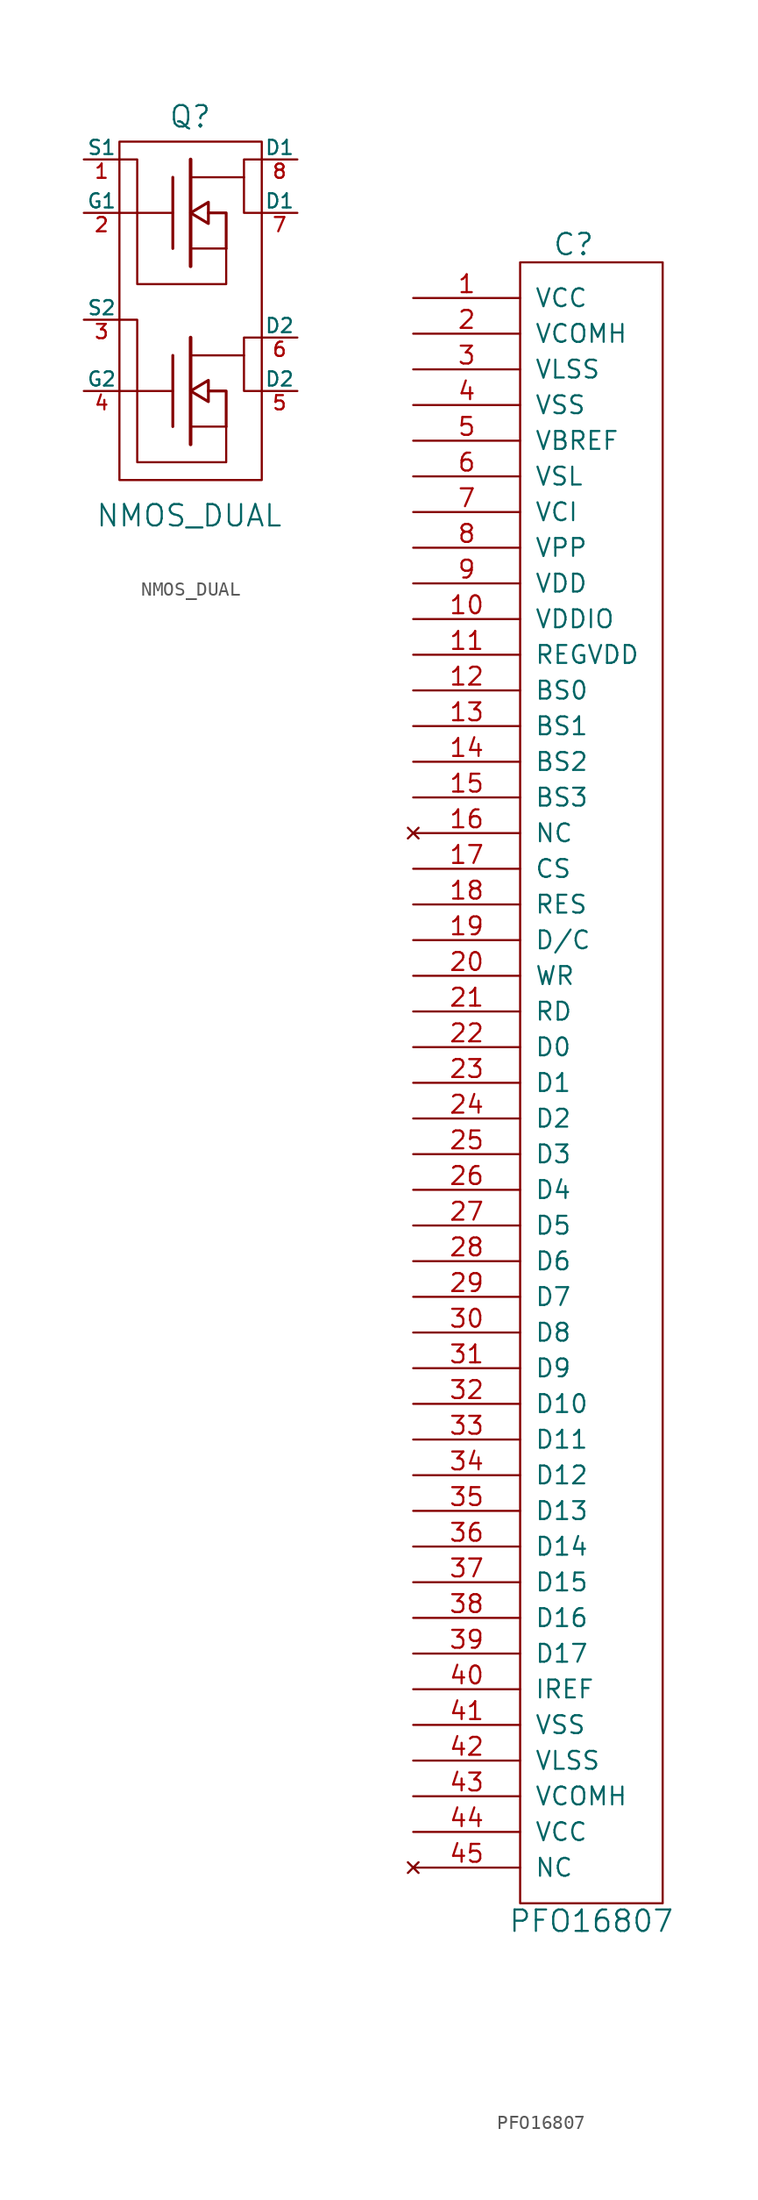
<source format=kicad_sym>
(kicad_symbol_lib
  (version 20220914)
  (generator kicad_symbol_editor)
  (symbol "NMOS_DUAL"
    (pin_names
      (offset 0))
    (property "Reference" "Q"
      (at 1.524 13.208 0)
      (effects (font (size 1.524 1.524)) (justify right)))
    (property "Value" "NMOS_DUAL"
      (at 6.604 -15.24 0)
      (effects (font (size 1.524 1.524)) (justify right)))
    (property "Footprint" ""
      (at 0 0 0)
      (effects (font (size 1.524 1.524))))
    (property "Datasheet" ""
      (at 0 0 0)
      (effects (font (size 1.524 1.524))))
    (symbol "NMOS_DUAL_0_1"
      (rectangle (start -5.08 11.43) (end 5.08 -12.7) (stroke (width 0) (type solid)) (fill (type none)))
      (polyline (pts (xy -5.08 -6.35) (xy -3.81 -6.35)) (stroke (width 0) (type solid)) (fill (type none)))
      (polyline (pts (xy -5.08 6.35) (xy -3.81 6.35)) (stroke (width 0) (type solid)) (fill (type none)))
      (polyline (pts (xy -3.81 -6.35) (xy -1.27 -6.35)) (stroke (width 0) (type solid)) (fill (type none)))
      (polyline (pts (xy -3.81 6.35) (xy -1.27 6.35)) (stroke (width 0) (type solid)) (fill (type none)))
      (polyline (pts (xy -1.27 -8.89) (xy -1.27 -3.81)) (stroke (width 0.203) (type solid)) (fill (type none)))
      (polyline (pts (xy -1.27 3.81) (xy -1.27 8.89)) (stroke (width 0.203) (type solid)) (fill (type none)))
      (polyline (pts (xy 0 -10.16) (xy 0 -2.54)) (stroke (width 0.254) (type solid)) (fill (type none)))
      (polyline (pts (xy 0 -3.81) (xy 3.81 -3.81)) (stroke (width 0) (type solid)) (fill (type none)))
      (polyline (pts (xy 0 2.54) (xy 0 10.16)) (stroke (width 0.254) (type solid)) (fill (type none)))
      (polyline (pts (xy 0 8.89) (xy 3.81 8.89)) (stroke (width 0) (type solid)) (fill (type none)))
      (polyline (pts (xy 2.54 -8.89) (xy 0 -8.89)) (stroke (width 0) (type solid)) (fill (type none)))
      (polyline (pts (xy 2.54 3.81) (xy 0 3.81)) (stroke (width 0) (type solid)) (fill (type none)))
      (polyline (pts (xy 2.54 -8.89) (xy 2.54 -6.35) (xy 1.27 -6.35)) (stroke (width 0.203) (type solid)) (fill (type none)))
      (polyline (pts (xy 2.54 3.81) (xy 2.54 6.35) (xy 1.27 6.35)) (stroke (width 0.203) (type solid)) (fill (type none)))
      (polyline (pts (xy 5.08 -2.54) (xy 3.81 -2.54) (xy 3.81 -6.35) (xy 5.08 -6.35)) (stroke (width 0) (type solid)) (fill (type none)))
      (polyline (pts (xy 5.08 10.16) (xy 3.81 10.16) (xy 3.81 6.35) (xy 5.08 6.35)) (stroke (width 0) (type solid)) (fill (type none)))
      (polyline (pts (xy -5.08 -1.27) (xy -3.81 -1.27) (xy -3.81 -11.43) (xy 2.54 -11.43) (xy 2.54 -8.89)) (stroke (width 0) (type solid)) (fill (type none)))
      (polyline (pts (xy -5.08 10.16) (xy -3.81 10.16) (xy -3.81 1.27) (xy 2.54 1.27) (xy 2.54 3.81)) (stroke (width 0) (type solid)) (fill (type none)))
      (polyline (pts (xy 1.27 -5.588) (xy 1.27 -7.112) (xy 0 -6.35) (xy 1.27 -5.588) (xy 1.27 -5.588)) (stroke (width 0.203) (type solid)) (fill (type none)))
      (polyline (pts (xy 1.27 7.112) (xy 1.27 5.588) (xy 0 6.35) (xy 1.27 7.112) (xy 1.27 7.112)) (stroke (width 0.203) (type solid)) (fill (type none))))
    (symbol "NMOS_DUAL_1_1"
      (pin passive line (at -7.62 10.16 0) (length 2.54) (name "S1" (effects (font (size 1.016 1.016)))) (number "1" (effects (font (size 1.016 1.016)))))
      (pin input line (at -7.62 6.35 0) (length 2.54) (name "G1" (effects (font (size 1.016 1.016)))) (number "2" (effects (font (size 1.016 1.016)))))
      (pin passive line (at -7.62 -1.27 0) (length 2.54) (name "S2" (effects (font (size 1.016 1.016)))) (number "3" (effects (font (size 1.016 1.016)))))
      (pin input line (at -7.62 -6.35 0) (length 2.54) (name "G2" (effects (font (size 1.016 1.016)))) (number "4" (effects (font (size 1.016 1.016)))))
      (pin passive line (at 7.62 -6.35 180) (length 2.54) (name "D2" (effects (font (size 1.016 1.016)))) (number "5" (effects (font (size 1.016 1.016)))))
      (pin passive line (at 7.62 -2.54 180) (length 2.54) (name "D2" (effects (font (size 1.016 1.016)))) (number "6" (effects (font (size 1.016 1.016)))))
      (pin passive line (at 7.62 6.35 180) (length 2.54) (name "D1" (effects (font (size 1.016 1.016)))) (number "7" (effects (font (size 1.016 1.016)))))
      (pin passive line (at 7.62 10.16 180) (length 2.54) (name "D1" (effects (font (size 1.016 1.016)))) (number "8" (effects (font (size 1.016 1.016)))))))
  (symbol "PFO16807"
    (pin_names
      (offset 1.016))
    (property "Reference" "C"
      (at -1.27 58.42 0)
      (effects (font (size 1.524 1.524))))
    (property "Value" "PFO16807"
      (at 0 -60.96 0)
      (effects (font (size 1.524 1.524))))
    (property "Footprint" ""
      (at 0 0 0)
      (effects (font (size 1.524 1.524))))
    (property "Datasheet" ""
      (at 0 0 0)
      (effects (font (size 1.524 1.524))))
    (symbol "PFO16807_0_1"
      (rectangle (start -5.08 57.15) (end 5.08 -59.69) (stroke (width 0) (type solid)) (fill (type none))))
    (symbol "PFO16807_1_1"
      (pin input line (at -12.7 54.61 0) (length 7.62) (name "VCC" (effects (font (size 1.27 1.27)))) (number "1" (effects (font (size 1.27 1.27)))))
      (pin input line (at -12.7 31.75 0) (length 7.62) (name "VDDIO" (effects (font (size 1.27 1.27)))) (number "10" (effects (font (size 1.27 1.27)))))
      (pin input line (at -12.7 29.21 0) (length 7.62) (name "REGVDD" (effects (font (size 1.27 1.27)))) (number "11" (effects (font (size 1.27 1.27)))))
      (pin input line (at -12.7 26.67 0) (length 7.62) (name "BS0" (effects (font (size 1.27 1.27)))) (number "12" (effects (font (size 1.27 1.27)))))
      (pin input line (at -12.7 24.13 0) (length 7.62) (name "BS1" (effects (font (size 1.27 1.27)))) (number "13" (effects (font (size 1.27 1.27)))))
      (pin input line (at -12.7 21.59 0) (length 7.62) (name "BS2" (effects (font (size 1.27 1.27)))) (number "14" (effects (font (size 1.27 1.27)))))
      (pin input line (at -12.7 19.05 0) (length 7.62) (name "BS3" (effects (font (size 1.27 1.27)))) (number "15" (effects (font (size 1.27 1.27)))))
      (pin no_connect line (at -12.7 16.51 0) (length 7.62) (name "NC" (effects (font (size 1.27 1.27)))) (number "16" (effects (font (size 1.27 1.27)))))
      (pin input line (at -12.7 13.97 0) (length 7.62) (name "CS" (effects (font (size 1.27 1.27)))) (number "17" (effects (font (size 1.27 1.27)))))
      (pin input line (at -12.7 11.43 0) (length 7.62) (name "RES" (effects (font (size 1.27 1.27)))) (number "18" (effects (font (size 1.27 1.27)))))
      (pin input line (at -12.7 8.89 0) (length 7.62) (name "D/C" (effects (font (size 1.27 1.27)))) (number "19" (effects (font (size 1.27 1.27)))))
      (pin input line (at -12.7 52.07 0) (length 7.62) (name "VCOMH" (effects (font (size 1.27 1.27)))) (number "2" (effects (font (size 1.27 1.27)))))
      (pin input line (at -12.7 6.35 0) (length 7.62) (name "WR" (effects (font (size 1.27 1.27)))) (number "20" (effects (font (size 1.27 1.27)))))
      (pin input line (at -12.7 3.81 0) (length 7.62) (name "RD" (effects (font (size 1.27 1.27)))) (number "21" (effects (font (size 1.27 1.27)))))
      (pin input line (at -12.7 1.27 0) (length 7.62) (name "D0" (effects (font (size 1.27 1.27)))) (number "22" (effects (font (size 1.27 1.27)))))
      (pin input line (at -12.7 -1.27 0) (length 7.62) (name "D1" (effects (font (size 1.27 1.27)))) (number "23" (effects (font (size 1.27 1.27)))))
      (pin input line (at -12.7 -3.81 0) (length 7.62) (name "D2" (effects (font (size 1.27 1.27)))) (number "24" (effects (font (size 1.27 1.27)))))
      (pin input line (at -12.7 -6.35 0) (length 7.62) (name "D3" (effects (font (size 1.27 1.27)))) (number "25" (effects (font (size 1.27 1.27)))))
      (pin input line (at -12.7 -8.89 0) (length 7.62) (name "D4" (effects (font (size 1.27 1.27)))) (number "26" (effects (font (size 1.27 1.27)))))
      (pin input line (at -12.7 -11.43 0) (length 7.62) (name "D5" (effects (font (size 1.27 1.27)))) (number "27" (effects (font (size 1.27 1.27)))))
      (pin input line (at -12.7 -13.97 0) (length 7.62) (name "D6" (effects (font (size 1.27 1.27)))) (number "28" (effects (font (size 1.27 1.27)))))
      (pin input line (at -12.7 -16.51 0) (length 7.62) (name "D7" (effects (font (size 1.27 1.27)))) (number "29" (effects (font (size 1.27 1.27)))))
      (pin input line (at -12.7 49.53 0) (length 7.62) (name "VLSS" (effects (font (size 1.27 1.27)))) (number "3" (effects (font (size 1.27 1.27)))))
      (pin input line (at -12.7 -19.05 0) (length 7.62) (name "D8" (effects (font (size 1.27 1.27)))) (number "30" (effects (font (size 1.27 1.27)))))
      (pin input line (at -12.7 -21.59 0) (length 7.62) (name "D9" (effects (font (size 1.27 1.27)))) (number "31" (effects (font (size 1.27 1.27)))))
      (pin input line (at -12.7 -24.13 0) (length 7.62) (name "D10" (effects (font (size 1.27 1.27)))) (number "32" (effects (font (size 1.27 1.27)))))
      (pin input line (at -12.7 -26.67 0) (length 7.62) (name "D11" (effects (font (size 1.27 1.27)))) (number "33" (effects (font (size 1.27 1.27)))))
      (pin input line (at -12.7 -29.21 0) (length 7.62) (name "D12" (effects (font (size 1.27 1.27)))) (number "34" (effects (font (size 1.27 1.27)))))
      (pin input line (at -12.7 -31.75 0) (length 7.62) (name "D13" (effects (font (size 1.27 1.27)))) (number "35" (effects (font (size 1.27 1.27)))))
      (pin input line (at -12.7 -34.29 0) (length 7.62) (name "D14" (effects (font (size 1.27 1.27)))) (number "36" (effects (font (size 1.27 1.27)))))
      (pin input line (at -12.7 -36.83 0) (length 7.62) (name "D15" (effects (font (size 1.27 1.27)))) (number "37" (effects (font (size 1.27 1.27)))))
      (pin input line (at -12.7 -39.37 0) (length 7.62) (name "D16" (effects (font (size 1.27 1.27)))) (number "38" (effects (font (size 1.27 1.27)))))
      (pin input line (at -12.7 -41.91 0) (length 7.62) (name "D17" (effects (font (size 1.27 1.27)))) (number "39" (effects (font (size 1.27 1.27)))))
      (pin input line (at -12.7 46.99 0) (length 7.62) (name "VSS" (effects (font (size 1.27 1.27)))) (number "4" (effects (font (size 1.27 1.27)))))
      (pin input line (at -12.7 -44.45 0) (length 7.62) (name "IREF" (effects (font (size 1.27 1.27)))) (number "40" (effects (font (size 1.27 1.27)))))
      (pin input line (at -12.7 -46.99 0) (length 7.62) (name "VSS" (effects (font (size 1.27 1.27)))) (number "41" (effects (font (size 1.27 1.27)))))
      (pin input line (at -12.7 -49.53 0) (length 7.62) (name "VLSS" (effects (font (size 1.27 1.27)))) (number "42" (effects (font (size 1.27 1.27)))))
      (pin input line (at -12.7 -52.07 0) (length 7.62) (name "VCOMH" (effects (font (size 1.27 1.27)))) (number "43" (effects (font (size 1.27 1.27)))))
      (pin input line (at -12.7 -54.61 0) (length 7.62) (name "VCC" (effects (font (size 1.27 1.27)))) (number "44" (effects (font (size 1.27 1.27)))))
      (pin no_connect line (at -12.7 -57.15 0) (length 7.62) (name "NC" (effects (font (size 1.27 1.27)))) (number "45" (effects (font (size 1.27 1.27)))))
      (pin input line (at -12.7 44.45 0) (length 7.62) (name "VBREF" (effects (font (size 1.27 1.27)))) (number "5" (effects (font (size 1.27 1.27)))))
      (pin input line (at -12.7 41.91 0) (length 7.62) (name "VSL" (effects (font (size 1.27 1.27)))) (number "6" (effects (font (size 1.27 1.27)))))
      (pin input line (at -12.7 39.37 0) (length 7.62) (name "VCI" (effects (font (size 1.27 1.27)))) (number "7" (effects (font (size 1.27 1.27)))))
      (pin input line (at -12.7 36.83 0) (length 7.62) (name "VPP" (effects (font (size 1.27 1.27)))) (number "8" (effects (font (size 1.27 1.27)))))
      (pin input line (at -12.7 34.29 0) (length 7.62) (name "VDD" (effects (font (size 1.27 1.27)))) (number "9" (effects (font (size 1.27 1.27))))))))
</source>
